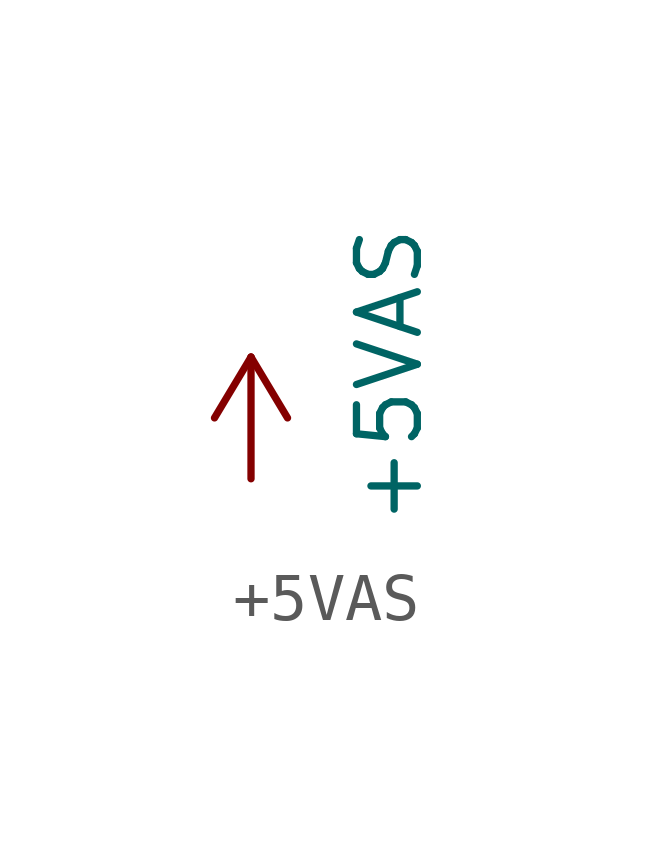
<source format=kicad_sym>
(kicad_symbol_lib
  (version 20220914)
  (generator kicad_symbol_editor)
  (symbol "+5VAS"
    (power)
    (pin_names
      (offset 0))
    (property "Reference" "#PWR09"
      (at -3.81 0 0)
      (effects (font (size 1.27 1.27)) hide))
    (property "Value" "+5VAS"
      (at 2.891 2.149 90)
      (effects (font (size 1.27 1.27))))
    (symbol "+5VAS_0_1"
      (polyline (pts (xy -0.762 1.27) (xy 0 2.54)) (stroke (width 0) (type default)) (fill (type none)))
      (polyline (pts (xy 0 0) (xy 0 2.54)) (stroke (width 0) (type default)) (fill (type none)))
      (polyline (pts (xy 0 2.54) (xy 0.762 1.27)) (stroke (width 0) (type default)) (fill (type none))))
    (symbol "+5VAS_1_1"
      (pin power_in line (at 0 0 90) (length 0) hide (name "+5VAS" (effects (font (size 1.27 1.27)))) (number "1" (effects (font (size 1.27 1.27))))))))
</source>
